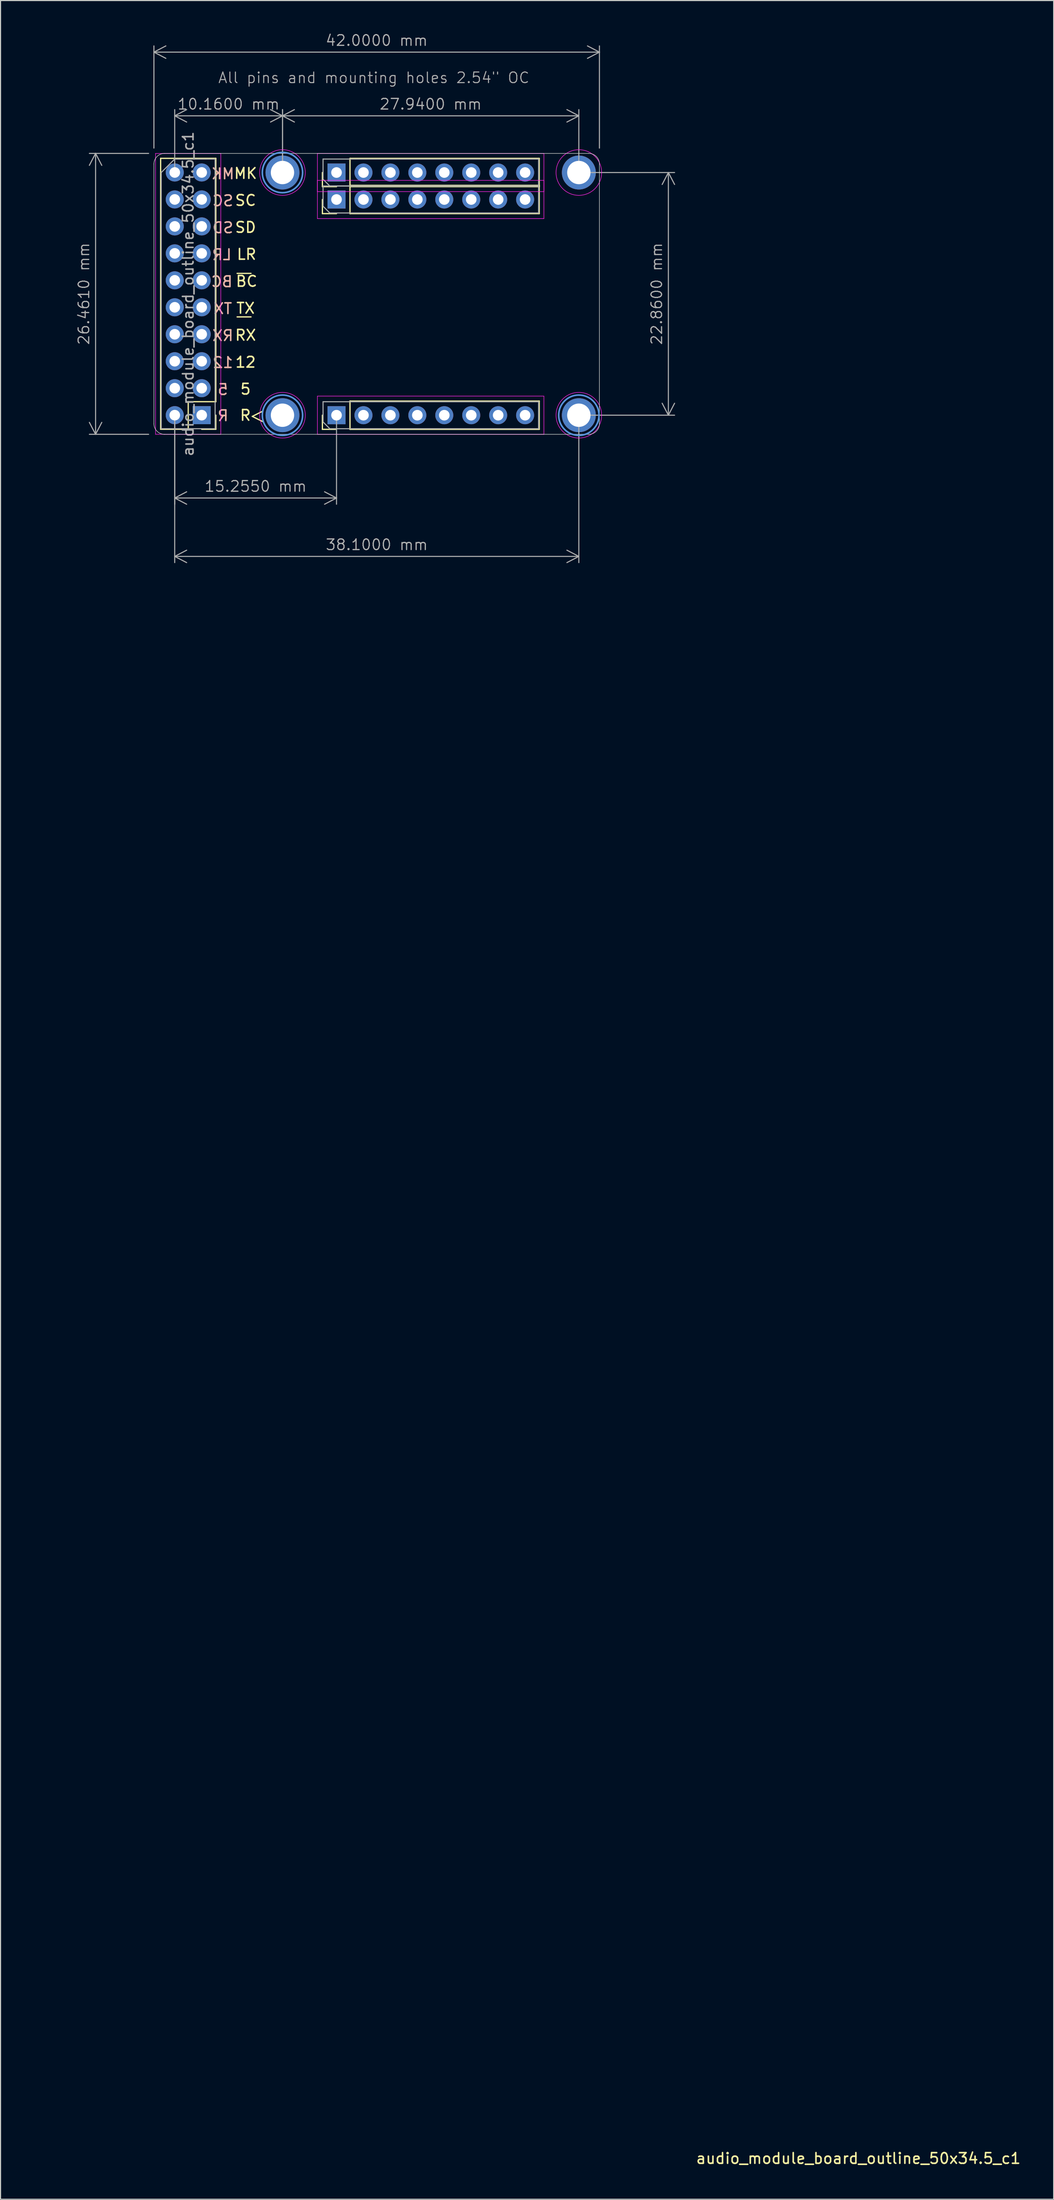
<source format=kicad_pcb>
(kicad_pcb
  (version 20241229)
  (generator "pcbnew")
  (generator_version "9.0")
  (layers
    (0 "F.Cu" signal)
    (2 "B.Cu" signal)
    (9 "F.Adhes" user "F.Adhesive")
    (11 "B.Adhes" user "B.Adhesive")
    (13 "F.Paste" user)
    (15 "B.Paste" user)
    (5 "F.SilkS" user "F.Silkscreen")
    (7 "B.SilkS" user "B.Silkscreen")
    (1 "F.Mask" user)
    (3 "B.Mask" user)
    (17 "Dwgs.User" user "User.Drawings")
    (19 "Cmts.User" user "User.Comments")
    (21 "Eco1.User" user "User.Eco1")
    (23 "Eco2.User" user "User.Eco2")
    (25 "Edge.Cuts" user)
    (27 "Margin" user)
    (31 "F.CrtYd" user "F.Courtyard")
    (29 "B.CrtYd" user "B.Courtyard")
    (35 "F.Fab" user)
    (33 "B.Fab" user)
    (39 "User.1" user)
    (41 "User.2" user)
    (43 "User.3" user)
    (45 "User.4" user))
  (footprint "audio_module_board_outline_50x34.5_c1"
    (layer "F.Cu")
    (at 11.46 37.861)
    (property "Reference" "audio_module_board_outline_50x34.5_c1" (at 66.414 162.401 180) (layer "F.SilkS") (effects (font (size 1 1) (thickness 0.15))))
    (attr through_hole exclude_from_bom)
    (fp_line (start 0.635 -0.475) (end 0.635 -25.995) (stroke (width 0.12) (type solid)) (layer "F.SilkS"))
    (fp_line (start 3.235 -3.075) (end 3.235 -0.475) (stroke (width 0.12) (type solid)) (layer "F.SilkS"))
    (fp_line (start 3.235 -0.475) (end 0.635 -0.475) (stroke (width 0.12) (type solid)) (layer "F.SilkS"))
    (fp_line (start 5.835 -25.995) (end 0.635 -25.995) (stroke (width 0.12) (type solid)) (layer "F.SilkS"))
    (fp_line (start 5.835 -3.075) (end 3.235 -3.075) (stroke (width 0.12) (type solid)) (layer "F.SilkS"))
    (fp_line (start 5.835 -3.075) (end 5.835 -25.995) (stroke (width 0.12) (type solid)) (layer "F.SilkS"))
    (fp_line (start 5.835 -1.805) (end 5.835 -0.475) (stroke (width 0.12) (type solid)) (layer "F.SilkS"))
    (fp_line (start 5.835 -0.475) (end 4.505 -0.475) (stroke (width 0.12) (type solid)) (layer "F.SilkS"))
    (fp_line (start 7.845 -15.16) (end 9.155 -15.16) (stroke (width 0.12) (type solid)) (layer "F.SilkS"))
    (fp_line (start 9.155 -11.06) (end 7.845 -11.06) (stroke (width 0.12) (type solid)) (layer "F.SilkS"))
    (fp_line (start 9.275 -1.69) (end 10.275 -1.19) (stroke (width 0.12) (type solid)) (layer "F.SilkS"))
    (fp_line (start 10.275 -2.19) (end 9.275 -1.69) (stroke (width 0.12) (type solid)) (layer "F.SilkS"))
    (fp_line (start 15.885 -23.33) (end 15.885 -24.66) (stroke (width 0.12) (type solid)) (layer "F.SilkS"))
    (fp_line (start 15.885 -20.79) (end 15.885 -22.12) (stroke (width 0.12) (type solid)) (layer "F.SilkS"))
    (fp_line (start 15.885 -0.47) (end 15.885 -1.8) (stroke (width 0.12) (type solid)) (layer "F.SilkS"))
    (fp_line (start 17.215 -23.33) (end 15.885 -23.33) (stroke (width 0.12) (type solid)) (layer "F.SilkS"))
    (fp_line (start 17.215 -20.79) (end 15.885 -20.79) (stroke (width 0.12) (type solid)) (layer "F.SilkS"))
    (fp_line (start 17.215 -0.47) (end 15.885 -0.47) (stroke (width 0.12) (type solid)) (layer "F.SilkS"))
    (fp_line (start 18.485 -25.99) (end 36.325 -25.99) (stroke (width 0.12) (type solid)) (layer "F.SilkS"))
    (fp_line (start 18.485 -23.45) (end 36.325 -23.45) (stroke (width 0.12) (type solid)) (layer "F.SilkS"))
    (fp_line (start 18.485 -23.33) (end 18.485 -25.99) (stroke (width 0.12) (type solid)) (layer "F.SilkS"))
    (fp_line (start 18.485 -23.33) (end 36.325 -23.33) (stroke (width 0.12) (type solid)) (layer "F.SilkS"))
    (fp_line (start 18.485 -20.79) (end 18.485 -23.45) (stroke (width 0.12) (type solid)) (layer "F.SilkS"))
    (fp_line (start 18.485 -20.79) (end 36.325 -20.79) (stroke (width 0.12) (type solid)) (layer "F.SilkS"))
    (fp_line (start 18.485 -3.13) (end 36.325 -3.13) (stroke (width 0.12) (type solid)) (layer "F.SilkS"))
    (fp_line (start 18.485 -0.47) (end 18.485 -3.13) (stroke (width 0.12) (type solid)) (layer "F.SilkS"))
    (fp_line (start 18.485 -0.47) (end 36.325 -0.47) (stroke (width 0.12) (type solid)) (layer "F.SilkS"))
    (fp_line (start 36.325 -23.33) (end 36.325 -25.99) (stroke (width 0.12) (type solid)) (layer "F.SilkS"))
    (fp_line (start 36.325 -20.79) (end 36.325 -23.45) (stroke (width 0.12) (type solid)) (layer "F.SilkS"))
    (fp_line (start 36.325 -0.47) (end 36.325 -3.13) (stroke (width 0.12) (type solid)) (layer "F.SilkS"))
    (fp_circle (center 12.12 -24.66) (end 14.02 -24.66) (stroke (width 0.15) (type solid)) (fill no) (layer "Cmts.User"))
    (fp_circle (center 12.12 -1.8) (end 14.02 -1.8) (stroke (width 0.15) (type solid)) (fill no) (layer "Cmts.User"))
    (fp_circle (center 40.06 -1.8) (end 41.96 -1.8) (stroke (width 0.15) (type solid)) (fill no) (layer "Cmts.User"))
    (fp_line (start 0 -1) (end 0 -25.46) (stroke (width 0.05) (type default)) (layer "Edge.Cuts"))
    (fp_line (start 1 -26.46) (end 41 -26.46) (stroke (width 0.05) (type default)) (layer "Edge.Cuts"))
    (fp_line (start 41 0) (end 1 0) (stroke (width 0.05) (type default)) (layer "Edge.Cuts"))
    (fp_line (start 42 -25.46) (end 42 -1) (stroke (width 0.05) (type default)) (layer "Edge.Cuts"))
    (fp_arc (start 0 -25.46) (mid 0.292893 -26.167107) (end 1 -26.46) (stroke (width 0.05) (type default)) (layer "Edge.Cuts"))
    (fp_arc (start 1 0) (mid 0.292893 -0.292893) (end 0 -1) (stroke (width 0.05) (type default)) (layer "Edge.Cuts"))
    (fp_arc (start 41 -26.46) (mid 41.707107 -26.167107) (end 42 -25.46) (stroke (width 0.05) (type default)) (layer "Edge.Cuts"))
    (fp_arc (start 42 -1) (mid 41.707107 -0.292893) (end 41 0) (stroke (width 0.05) (type default)) (layer "Edge.Cuts"))
    (fp_line (start 0.155 -26.455) (end 0.155 -0.005) (stroke (width 0.05) (type solid)) (layer "F.CrtYd"))
    (fp_line (start 0.155 -0.005) (end 6.305 -0.005) (stroke (width 0.05) (type solid)) (layer "F.CrtYd"))
    (fp_line (start 6.305 -26.455) (end 0.155 -26.455) (stroke (width 0.05) (type solid)) (layer "F.CrtYd"))
    (fp_line (start 6.305 -0.005) (end 6.305 -26.455) (stroke (width 0.05) (type solid)) (layer "F.CrtYd"))
    (fp_line (start 15.415 -26.46) (end 15.415 -22.86) (stroke (width 0.05) (type solid)) (layer "F.CrtYd"))
    (fp_line (start 15.415 -23.92) (end 15.415 -20.32) (stroke (width 0.05) (type solid)) (layer "F.CrtYd"))
    (fp_line (start 15.415 -22.86) (end 36.765 -22.86) (stroke (width 0.05) (type solid)) (layer "F.CrtYd"))
    (fp_line (start 15.415 -20.32) (end 36.765 -20.32) (stroke (width 0.05) (type solid)) (layer "F.CrtYd"))
    (fp_line (start 15.415 -3.6) (end 15.415 0) (stroke (width 0.05) (type solid)) (layer "F.CrtYd"))
    (fp_line (start 15.415 0) (end 36.765 0) (stroke (width 0.05) (type solid)) (layer "F.CrtYd"))
    (fp_line (start 36.765 -26.46) (end 15.415 -26.46) (stroke (width 0.05) (type solid)) (layer "F.CrtYd"))
    (fp_line (start 36.765 -23.92) (end 15.415 -23.92) (stroke (width 0.05) (type solid)) (layer "F.CrtYd"))
    (fp_line (start 36.765 -22.86) (end 36.765 -26.46) (stroke (width 0.05) (type solid)) (layer "F.CrtYd"))
    (fp_line (start 36.765 -20.32) (end 36.765 -23.92) (stroke (width 0.05) (type solid)) (layer "F.CrtYd"))
    (fp_line (start 36.765 -3.6) (end 15.415 -3.6) (stroke (width 0.05) (type solid)) (layer "F.CrtYd"))
    (fp_line (start 36.765 0) (end 36.765 -3.6) (stroke (width 0.05) (type solid)) (layer "F.CrtYd"))
    (fp_circle (center 12.12 -24.66) (end 14.27 -24.66) (stroke (width 0.05) (type solid)) (fill no) (layer "F.CrtYd"))
    (fp_circle (center 12.12 -1.8) (end 14.27 -1.8) (stroke (width 0.05) (type solid)) (fill no) (layer "F.CrtYd"))
    (fp_circle (center 40.06 -24.66) (end 42.21 -24.66) (stroke (width 0.05) (type solid)) (fill no) (layer "F.CrtYd"))
    (fp_circle (center 40.06 -1.8) (end 42.21 -1.8) (stroke (width 0.05) (type solid)) (fill no) (layer "F.CrtYd"))
    (fp_line (start 0.69 -24.66) (end 1.96 -25.93) (stroke (width 0.1) (type solid)) (layer "F.Fab"))
    (fp_line (start 0.69 -0.53) (end 0.69 -24.66) (stroke (width 0.1) (type solid)) (layer "F.Fab"))
    (fp_line (start 1.96 -25.93) (end 5.77 -25.93) (stroke (width 0.1) (type solid)) (layer "F.Fab"))
    (fp_line (start 5.77 -25.93) (end 5.77 -0.53) (stroke (width 0.1) (type solid)) (layer "F.Fab"))
    (fp_line (start 5.77 -0.53) (end 0.69 -0.53) (stroke (width 0.1) (type solid)) (layer "F.Fab"))
    (fp_line (start 15.945 -25.93) (end 36.265 -25.93) (stroke (width 0.1) (type solid)) (layer "F.Fab"))
    (fp_line (start 15.945 -24.025) (end 15.945 -25.93) (stroke (width 0.1) (type solid)) (layer "F.Fab"))
    (fp_line (start 15.945 -23.39) (end 36.265 -23.39) (stroke (width 0.1) (type solid)) (layer "F.Fab"))
    (fp_line (start 15.945 -21.485) (end 15.945 -23.39) (stroke (width 0.1) (type solid)) (layer "F.Fab"))
    (fp_line (start 15.945 -3.07) (end 36.265 -3.07) (stroke (width 0.1) (type solid)) (layer "F.Fab"))
    (fp_line (start 15.945 -1.165) (end 15.945 -3.07) (stroke (width 0.1) (type solid)) (layer "F.Fab"))
    (fp_line (start 16.58 -23.39) (end 15.945 -24.025) (stroke (width 0.1) (type solid)) (layer "F.Fab"))
    (fp_line (start 16.58 -20.85) (end 15.945 -21.485) (stroke (width 0.1) (type solid)) (layer "F.Fab"))
    (fp_line (start 16.58 -0.53) (end 15.945 -1.165) (stroke (width 0.1) (type solid)) (layer "F.Fab"))
    (fp_line (start 36.265 -25.93) (end 36.265 -23.39) (stroke (width 0.1) (type solid)) (layer "F.Fab"))
    (fp_line (start 36.265 -23.39) (end 16.58 -23.39) (stroke (width 0.1) (type solid)) (layer "F.Fab"))
    (fp_line (start 36.265 -23.39) (end 36.265 -20.85) (stroke (width 0.1) (type solid)) (layer "F.Fab"))
    (fp_line (start 36.265 -20.85) (end 16.58 -20.85) (stroke (width 0.1) (type solid)) (layer "F.Fab"))
    (fp_line (start 36.265 -3.07) (end 36.265 -0.53) (stroke (width 0.1) (type solid)) (layer "F.Fab"))
    (fp_line (start 36.265 -0.53) (end 16.58 -0.53) (stroke (width 0.1) (type solid)) (layer "F.Fab"))
    (fp_text user "R" (at 8.625 -1.79 0) (unlocked yes) (layer "F.SilkS") (effects (font (size 1 1) (thickness 0.15))))
    (fp_text user "MK" (at 8.64 -24.575 0) (unlocked yes) (layer "F.SilkS") (effects (font (size 1 1) (thickness 0.15))))
    (fp_text user "LR" (at 8.735 -16.955 0) (unlocked yes) (layer "F.SilkS") (effects (font (size 1 1) (thickness 0.15))))
    (fp_text user "5" (at 8.64 -4.255 0) (unlocked yes) (layer "F.SilkS") (effects (font (size 1 1) (thickness 0.15))))
    (fp_text user "SD" (at 8.64 -19.495 0) (unlocked yes) (layer "F.SilkS") (effects (font (size 1 1) (thickness 0.15))))
    (fp_text user "RX" (at 8.64 -9.335 0) (unlocked yes) (layer "F.SilkS") (effects (font (size 1 1) (thickness 0.15))))
    (fp_text user "BC" (at 8.735 -14.415 0) (unlocked yes) (layer "F.SilkS") (effects (font (size 1 1) (thickness 0.15))))
    (fp_text user "SC" (at 8.64 -22.035 0) (unlocked yes) (layer "F.SilkS") (effects (font (size 1 1) (thickness 0.15))))
    (fp_text user "TX" (at 8.64 -11.875 0) (unlocked yes) (layer "F.SilkS") (effects (font (size 1 1) (thickness 0.15))))
    (fp_text user "12" (at 8.64 -6.795 0) (unlocked yes) (layer "F.SilkS") (effects (font (size 1 1) (thickness 0.15))))
    (fp_text user "LR" (at 6.405 -16.92 0) (unlocked yes) (layer "B.SilkS") (effects (font (size 1 1) (thickness 0.15)) (justify mirror)))
    (fp_text user "RX" (at 6.5 -9.3 0) (unlocked yes) (layer "B.SilkS") (effects (font (size 1 1) (thickness 0.15)) (justify mirror)))
    (fp_text user "TX" (at 6.5 -11.84 0) (unlocked yes) (layer "B.SilkS") (effects (font (size 1 1) (thickness 0.15)) (justify mirror)))
    (fp_text user "MK" (at 6.5 -24.54 0) (unlocked yes) (layer "B.SilkS") (effects (font (size 1 1) (thickness 0.15)) (justify mirror)))
    (fp_text user "12" (at 6.5 -6.76 0) (unlocked yes) (layer "B.SilkS") (effects (font (size 1 1) (thickness 0.15)) (justify mirror)))
    (fp_text user "SC" (at 6.5 -22 0) (unlocked yes) (layer "B.SilkS") (effects (font (size 1 1) (thickness 0.15)) (justify mirror)))
    (fp_text user "SD" (at 6.5 -19.46 0) (unlocked yes) (layer "B.SilkS") (effects (font (size 1 1) (thickness 0.15)) (justify mirror)))
    (fp_text user "BC" (at 6.405 -14.38 0) (unlocked yes) (layer "B.SilkS") (effects (font (size 1 1) (thickness 0.15)) (justify mirror)))
    (fp_text user "R" (at 6.515 -1.755 0) (unlocked yes) (layer "B.SilkS") (effects (font (size 1 1) (thickness 0.15)) (justify mirror)))
    (fp_text user "5" (at 6.5 -4.22 0) (unlocked yes) (layer "B.SilkS") (effects (font (size 1 1) (thickness 0.15)) (justify mirror)))
    (fp_text user "All pins and mounting holes 2.54\" OC" (at 6 -33 0) (unlocked yes) (layer "F.Fab") (effects (font (size 1 1) (thickness 0.1)) (justify left bottom)))
    (fp_text user "${REFERENCE}" (at 3.23 -13.23 90) (layer "F.Fab") (effects (font (size 1 1) (thickness 0.15))))
    (dimension (type orthogonal) (layer "F.Fab") (pts (xy 11.46 11.4) (xy 11.46 37.861)) (height -5.5) (orientation 1) (format (prefix "") (suffix "") (units 3) (units_format 1) (precision 4)) (style (thickness 0.1) (arrow_length 1.27) (text_position_mode 0) (arrow_direction outward) (extension_height 0.586) (extension_offset 0.5) (keep_text_aligned yes)) (gr_text "26.4600 mm" (at 4.86 24.631 90) (layer "F.Fab") (effects (font (size 1 1) (thickness 0.1)))))
    (dimension (type orthogonal) (layer "F.Fab") (pts (xy 13.42 36.06) (xy 28.675 36.06)) (height 7.8) (orientation 0) (format (prefix "") (suffix "") (units 3) (units_format 1) (precision 4)) (style (thickness 0.1) (arrow_length 1.27) (text_position_mode 0) (arrow_direction outward) (extension_height 0.586) (extension_offset 0.5) (keep_text_aligned yes)) (gr_text "15.2550 mm" (at 21.047 42.761 0) (layer "F.Fab") (effects (font (size 1 1) (thickness 0.1)))))
    (dimension (type orthogonal) (layer "F.Fab") (pts (xy 23.58 13.2) (xy 51.52 13.2)) (height -5.34) (orientation 0) (format (prefix "") (suffix "") (units 3) (units_format 1) (precision 4)) (style (thickness 0.1) (arrow_length 1.27) (text_position_mode 0) (arrow_direction outward) (extension_height 0.586) (extension_offset 0.5) (keep_text_aligned yes)) (gr_text "27.9400 mm" (at 37.55 6.761 0) (layer "F.Fab") (effects (font (size 1 1) (thickness 0.1)))))
    (dimension (type orthogonal) (layer "F.Fab") (pts (xy 13.42 13.2) (xy 23.58 13.2)) (height -5.34) (orientation 0) (format (prefix "") (suffix "") (units 3) (units_format 1) (precision 4)) (style (thickness 0.1) (arrow_length 1.27) (text_position_mode 0) (arrow_direction outward) (extension_height 0.586) (extension_offset 0.5) (keep_text_aligned yes)) (gr_text "10.1600 mm" (at 18.5 6.761 0) (layer "F.Fab") (effects (font (size 1 1) (thickness 0.1)))))
    (dimension (type orthogonal) (layer "F.Fab") (pts (xy 51.52 13.2) (xy 51.52 36.06)) (height 8.44) (orientation 1) (format (prefix "") (suffix "") (units 3) (units_format 1) (precision 4)) (style (thickness 0.1) (arrow_length 1.27) (text_position_mode 0) (arrow_direction outward) (extension_height 0.586) (extension_offset 0.5) (keep_text_aligned yes)) (gr_text "22.8600 mm" (at 58.86 24.631 90) (layer "F.Fab") (effects (font (size 1 1) (thickness 0.1)))))
    (dimension (type orthogonal) (layer "F.Fab") (pts (xy 11.46 11.4) (xy 53.46 11.4)) (height -9.54) (orientation 0) (format (prefix "") (suffix "") (units 3) (units_format 1) (precision 4)) (style (thickness 0.1) (arrow_length 1.27) (text_position_mode 0) (arrow_direction outward) (extension_height 0.586) (extension_offset 0.5) (keep_text_aligned yes)) (gr_text "42.0000 mm" (at 32.46 0.76 0) (layer "F.Fab") (effects (font (size 1 1) (thickness 0.1)))))
    (dimension (type orthogonal) (layer "F.Fab") (pts (xy 13.42 36.06) (xy 51.52 36.06)) (height 13.3) (orientation 0) (format (prefix "") (suffix "") (units 3) (units_format 1) (precision 4)) (style (thickness 0.1) (arrow_length 1.27) (text_position_mode 0) (arrow_direction outward) (extension_height 0.586) (extension_offset 0.5) (keep_text_aligned yes)) (gr_text "38.1000 mm" (at 32.47 48.261 0) (layer "F.Fab") (effects (font (size 1 1) (thickness 0.1)))))
    (pad "1" thru_hole rect (at 4.505 -1.805 180) (size 1.7 1.7) (drill 1) (layers "*.Cu" "*.Mask"))
    (pad "1" thru_hole circle (at 12.12 -24.66) (size 3.2 3.2) (drill 2.2) (layers "*.Cu" "*.Mask"))
    (pad "1" thru_hole circle (at 12.12 -1.8) (size 3.2 3.2) (drill 2.2) (layers "*.Cu" "*.Mask"))
    (pad "1" thru_hole circle (at 40.06 -24.66) (size 3.2 3.2) (drill 2.2) (layers "*.Cu" "*.Mask"))
    (pad "1" thru_hole circle (at 40.06 -1.8) (size 3.2 3.2) (drill 2.2) (layers "*.Cu" "*.Mask"))
    (pad "2" thru_hole oval (at 1.965 -1.805 180) (size 1.7 1.7) (drill 1) (layers "*.Cu" "*.Mask"))
    (pad "3" thru_hole oval (at 4.505 -4.345 180) (size 1.7 1.7) (drill 1) (layers "*.Cu" "*.Mask"))
    (pad "4" thru_hole oval (at 1.965 -4.345 180) (size 1.7 1.7) (drill 1) (layers "*.Cu" "*.Mask"))
    (pad "5" thru_hole oval (at 4.505 -6.885 180) (size 1.7 1.7) (drill 1) (layers "*.Cu" "*.Mask"))
    (pad "6" thru_hole oval (at 1.965 -6.885 180) (size 1.7 1.7) (drill 1) (layers "*.Cu" "*.Mask"))
    (pad "7" thru_hole oval (at 4.505 -9.425 180) (size 1.7 1.7) (drill 1) (layers "*.Cu" "*.Mask"))
    (pad "8" thru_hole oval (at 1.965 -9.425 180) (size 1.7 1.7) (drill 1) (layers "*.Cu" "*.Mask"))
    (pad "9" thru_hole oval (at 4.505 -11.965 180) (size 1.7 1.7) (drill 1) (layers "*.Cu" "*.Mask"))
    (pad "10" thru_hole oval (at 1.965 -11.965 180) (size 1.7 1.7) (drill 1) (layers "*.Cu" "*.Mask"))
    (pad "11" thru_hole oval (at 4.505 -14.505 180) (size 1.7 1.7) (drill 1) (layers "*.Cu" "*.Mask"))
    (pad "12" thru_hole oval (at 1.965 -14.505 180) (size 1.7 1.7) (drill 1) (layers "*.Cu" "*.Mask"))
    (pad "13" thru_hole oval (at 4.505 -17.045 180) (size 1.7 1.7) (drill 1) (layers "*.Cu" "*.Mask"))
    (pad "14" thru_hole oval (at 1.965 -17.045 180) (size 1.7 1.7) (drill 1) (layers "*.Cu" "*.Mask"))
    (pad "15" thru_hole oval (at 4.505 -19.585 180) (size 1.7 1.7) (drill 1) (layers "*.Cu" "*.Mask"))
    (pad "16" thru_hole oval (at 1.965 -19.585 180) (size 1.7 1.7) (drill 1) (layers "*.Cu" "*.Mask"))
    (pad "17" thru_hole oval (at 4.505 -22.125 180) (size 1.7 1.7) (drill 1) (layers "*.Cu" "*.Mask"))
    (pad "18" thru_hole oval (at 1.965 -22.125 180) (size 1.7 1.7) (drill 1) (layers "*.Cu" "*.Mask"))
    (pad "19" thru_hole oval (at 4.505 -24.665 180) (size 1.7 1.7) (drill 1) (layers "*.Cu" "*.Mask"))
    (pad "20" thru_hole oval (at 1.965 -24.665 180) (size 1.7 1.7) (drill 1) (layers "*.Cu" "*.Mask"))
    (pad "21" thru_hole rect (at 17.215 -24.66 90) (size 1.7 1.7) (drill 1) (layers "*.Cu" "*.Mask"))
    (pad "22" thru_hole rect (at 17.215 -22.12 90) (size 1.7 1.7) (drill 1) (layers "*.Cu" "*.Mask"))
    (pad "23" thru_hole oval (at 19.755 -24.66 90) (size 1.7 1.7) (drill 1) (layers "*.Cu" "*.Mask"))
    (pad "24" thru_hole oval (at 19.755 -22.12 90) (size 1.7 1.7) (drill 1) (layers "*.Cu" "*.Mask"))
    (pad "25" thru_hole oval (at 22.295 -24.66 90) (size 1.7 1.7) (drill 1) (layers "*.Cu" "*.Mask"))
    (pad "26" thru_hole oval (at 22.295 -22.12 90) (size 1.7 1.7) (drill 1) (layers "*.Cu" "*.Mask"))
    (pad "27" thru_hole oval (at 24.835 -24.66 90) (size 1.7 1.7) (drill 1) (layers "*.Cu" "*.Mask"))
    (pad "28" thru_hole oval (at 24.835 -22.12 90) (size 1.7 1.7) (drill 1) (layers "*.Cu" "*.Mask"))
    (pad "29" thru_hole oval (at 27.375 -24.66 90) (size 1.7 1.7) (drill 1) (layers "*.Cu" "*.Mask"))
    (pad "30" thru_hole oval (at 27.375 -22.12 90) (size 1.7 1.7) (drill 1) (layers "*.Cu" "*.Mask"))
    (pad "31" thru_hole oval (at 29.915 -24.66 90) (size 1.7 1.7) (drill 1) (layers "*.Cu" "*.Mask"))
    (pad "32" thru_hole oval (at 29.915 -22.12 90) (size 1.7 1.7) (drill 1) (layers "*.Cu" "*.Mask"))
    (pad "33" thru_hole oval (at 32.455 -24.66 90) (size 1.7 1.7) (drill 1) (layers "*.Cu" "*.Mask"))
    (pad "34" thru_hole oval (at 32.455 -22.12 90) (size 1.7 1.7) (drill 1) (layers "*.Cu" "*.Mask"))
    (pad "35" thru_hole oval (at 34.995 -24.66 90) (size 1.7 1.7) (drill 1) (layers "*.Cu" "*.Mask"))
    (pad "36" thru_hole oval (at 34.995 -22.12 90) (size 1.7 1.7) (drill 1) (layers "*.Cu" "*.Mask"))
    (pad "37" thru_hole rect (at 17.215 -1.8 90) (size 1.7 1.7) (drill 1) (layers "*.Cu" "*.Mask"))
    (pad "38" thru_hole oval (at 19.755 -1.8 90) (size 1.7 1.7) (drill 1) (layers "*.Cu" "*.Mask"))
    (pad "39" thru_hole oval (at 22.295 -1.8 90) (size 1.7 1.7) (drill 1) (layers "*.Cu" "*.Mask"))
    (pad "40" thru_hole oval (at 24.835 -1.8 90) (size 1.7 1.7) (drill 1) (layers "*.Cu" "*.Mask"))
    (pad "41" thru_hole oval (at 27.375 -1.8 90) (size 1.7 1.7) (drill 1) (layers "*.Cu" "*.Mask"))
    (pad "42" thru_hole oval (at 29.915 -1.8 90) (size 1.7 1.7) (drill 1) (layers "*.Cu" "*.Mask"))
    (pad "43" thru_hole oval (at 32.455 -1.8 90) (size 1.7 1.7) (drill 1) (layers "*.Cu" "*.Mask"))
    (pad "44" thru_hole oval (at 34.995 -1.8 90) (size 1.7 1.7) (drill 1) (layers "*.Cu" "*.Mask")))
  (gr_rect
    (start -3 -3)
    (end 96.284 204.11)
    (stroke (width 0.1) (type default))
    (fill no)
    (layer "Edge.Cuts")))
</source>
